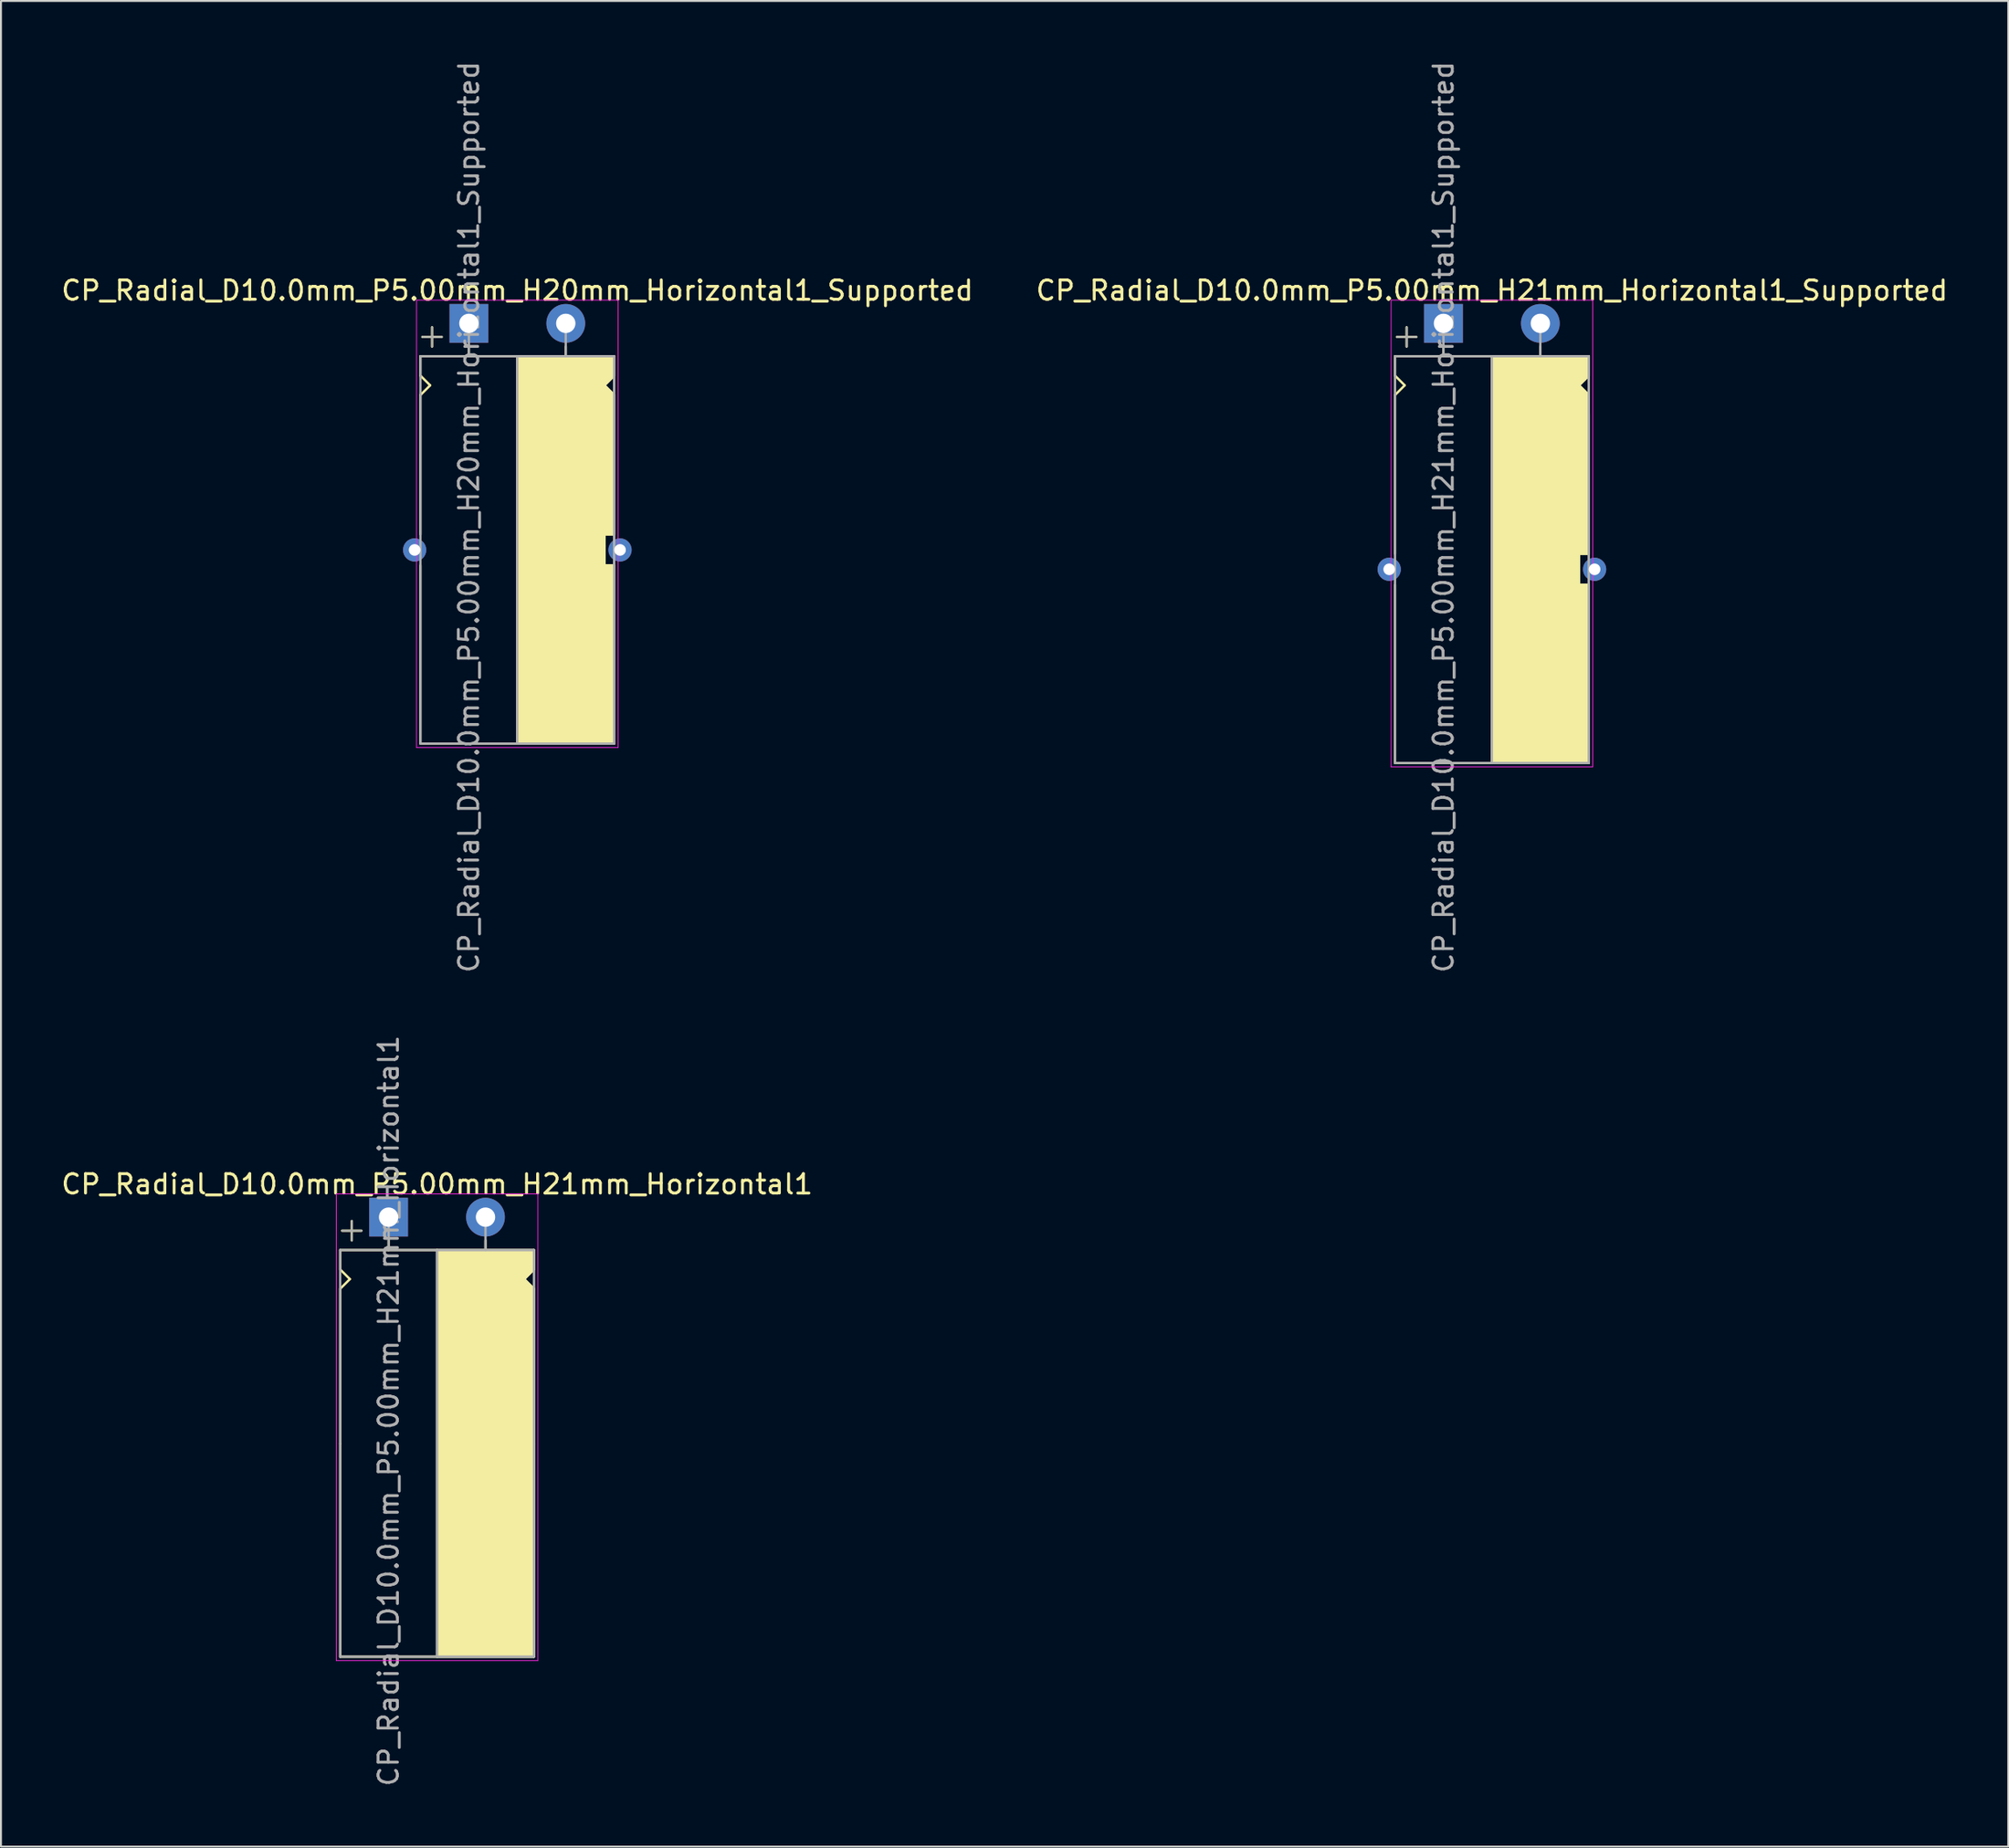
<source format=kicad_pcb>
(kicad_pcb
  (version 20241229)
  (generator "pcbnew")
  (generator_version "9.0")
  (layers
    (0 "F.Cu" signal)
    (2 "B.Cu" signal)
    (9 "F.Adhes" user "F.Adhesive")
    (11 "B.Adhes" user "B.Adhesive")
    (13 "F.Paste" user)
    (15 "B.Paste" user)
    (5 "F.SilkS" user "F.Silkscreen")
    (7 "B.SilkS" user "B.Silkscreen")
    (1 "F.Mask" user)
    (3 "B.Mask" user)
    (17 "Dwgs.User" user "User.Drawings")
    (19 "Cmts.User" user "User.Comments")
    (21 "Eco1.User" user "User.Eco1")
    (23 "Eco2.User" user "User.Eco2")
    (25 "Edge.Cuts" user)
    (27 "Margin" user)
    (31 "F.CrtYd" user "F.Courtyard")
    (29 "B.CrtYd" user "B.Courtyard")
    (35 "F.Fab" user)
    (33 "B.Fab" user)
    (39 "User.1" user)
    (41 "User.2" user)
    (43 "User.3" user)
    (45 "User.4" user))
  (footprint "CP_Radial_D10.0mm_P5.00mm_H20mm_Horizontal1_Supported"
    (layer "F.Cu")
    (at 21.149 13.649)
    (property "Reference" "CP_Radial_D10.0mm_P5.00mm_H20mm_Horizontal1_Supported" (at 2.5 -1.7 0) (layer "F.SilkS") (effects (font (size 1 1) (thickness 0.15))))
    (attr through_hole)
    (fp_line (start -2.5 1.7) (end -2.5 2.7) (stroke (width 0.12) (type solid)) (layer "F.SilkS"))
    (fp_line (start -2.5 2.7) (end -2 3.2) (stroke (width 0.12) (type solid)) (layer "F.SilkS"))
    (fp_line (start -2.5 3.7) (end -2.5 10.9) (stroke (width 0.12) (type solid)) (layer "F.SilkS"))
    (fp_line (start -2.5 12.5) (end -2.5 21.7) (stroke (width 0.12) (type solid)) (layer "F.SilkS"))
    (fp_line (start -2.5 21.7) (end 7.5 21.7) (stroke (width 0.12) (type solid)) (layer "F.SilkS"))
    (fp_line (start -2 3.2) (end -2.5 3.7) (stroke (width 0.12) (type solid)) (layer "F.SilkS"))
    (fp_line (start -1.9 0.2) (end -1.9 1.2) (stroke (width 0.12) (type solid)) (layer "F.SilkS"))
    (fp_line (start -1.4 0.7) (end -2.4 0.7) (stroke (width 0.12) (type solid)) (layer "F.SilkS"))
    (fp_line (start 0 1.7) (end 0 1.2) (stroke (width 0.12) (type solid)) (layer "F.SilkS"))
    (fp_line (start 2.5 1.7) (end -2.5 1.7) (stroke (width 0.12) (type solid)) (layer "F.SilkS"))
    (fp_line (start 2.5 21.7) (end 2.5 1.7) (stroke (width 0.12) (type solid)) (layer "F.SilkS"))
    (fp_line (start 5 1.7) (end 5 1.2) (stroke (width 0.12) (type solid)) (layer "F.SilkS"))
    (fp_line (start 7 3.2) (end 7.5 3.7) (stroke (width 0.12) (type solid)) (layer "F.SilkS"))
    (fp_line (start 7 10.9) (end 7.5 10.9) (stroke (width 0.12) (type solid)) (layer "F.SilkS"))
    (fp_line (start 7 11.5) (end 7 10.9) (stroke (width 0.12) (type solid)) (layer "F.SilkS"))
    (fp_line (start 7 12.5) (end 7 11.5) (stroke (width 0.12) (type solid)) (layer "F.SilkS"))
    (fp_line (start 7.5 1.7) (end 2.5 1.7) (stroke (width 0.12) (type solid)) (layer "F.SilkS"))
    (fp_line (start 7.5 1.7) (end 7.5 2.7) (stroke (width 0.12) (type solid)) (layer "F.SilkS"))
    (fp_line (start 7.5 2.7) (end 7 3.2) (stroke (width 0.12) (type solid)) (layer "F.SilkS"))
    (fp_line (start 7.5 3.7) (end 7.5 10.9) (stroke (width 0.12) (type solid)) (layer "F.SilkS"))
    (fp_line (start 7.5 12.5) (end 7 12.5) (stroke (width 0.12) (type solid)) (layer "F.SilkS"))
    (fp_line (start 7.5 12.5) (end 7.5 21.7) (stroke (width 0.12) (type solid)) (layer "F.SilkS"))
    (fp_poly (pts (xy 7.5 2.7) (xy 7 3.2) (xy 7.5 3.7) (xy 7.5 10.9) (xy 7 10.9) (xy 7 12.5) (xy 7.5 12.5) (xy 7.5 21.7) (xy 2.5 21.7) (xy 2.5 1.7) (xy 7.5 1.7)) (stroke (width 0.1) (type solid)) (fill yes) (layer "F.SilkS"))
    (fp_line (start -2.7 -1.2) (end 5.3 -1.2) (stroke (width 0.04) (type solid)) (layer "F.CrtYd"))
    (fp_line (start -2.7 21.9) (end -2.7 -1.2) (stroke (width 0.04) (type solid)) (layer "F.CrtYd"))
    (fp_line (start 5.3 -1.2) (end 7.7 -1.2) (stroke (width 0.04) (type solid)) (layer "F.CrtYd"))
    (fp_line (start 7.7 -1.2) (end 7.7 21.9) (stroke (width 0.04) (type solid)) (layer "F.CrtYd"))
    (fp_line (start 7.7 21.9) (end -2.7 21.9) (stroke (width 0.04) (type solid)) (layer "F.CrtYd"))
    (fp_line (start -2.5 1.7) (end -2.5 21.7) (stroke (width 0.12) (type solid)) (layer "F.Fab"))
    (fp_line (start -2.5 21.7) (end 7.5 21.7) (stroke (width 0.12) (type solid)) (layer "F.Fab"))
    (fp_line (start -2.4 0.7) (end -1.4 0.7) (stroke (width 0.1) (type solid)) (layer "F.Fab"))
    (fp_line (start -1.9 1.2) (end -1.9 0.2) (stroke (width 0.1) (type solid)) (layer "F.Fab"))
    (fp_line (start 0 1.7) (end 0 0) (stroke (width 0.12) (type solid)) (layer "F.Fab"))
    (fp_line (start 2.5 1.7) (end 2.5 21.7) (stroke (width 0.12) (type solid)) (layer "F.Fab"))
    (fp_line (start 5 1.7) (end 5 0) (stroke (width 0.12) (type solid)) (layer "F.Fab"))
    (fp_line (start 7.5 1.7) (end -2.5 1.7) (stroke (width 0.12) (type solid)) (layer "F.Fab"))
    (fp_line (start 7.5 21.7) (end 7.5 1.7) (stroke (width 0.12) (type solid)) (layer "F.Fab"))
    (fp_poly (pts (xy 7.5 21.7) (xy 2.5 21.7) (xy 2.5 1.7) (xy 7.5 1.7)) (stroke (width 0.1) (type solid)) (fill no) (layer "F.Fab"))
    (fp_text user "${REFERENCE}" (at 0 10 90) (layer "F.Fab") (effects (font (size 1 1) (thickness 0.15))))
    (pad "" thru_hole circle (at -2.8 11.7) (size 1.2 1.2) (drill 0.6) (layers "*.Cu" "*.Mask"))
    (pad "" thru_hole circle (at 7.8 11.7) (size 1.2 1.2) (drill 0.6) (layers "*.Cu" "*.Mask"))
    (pad "1" thru_hole rect (at 0 0) (size 2 2) (drill 1) (layers "*.Cu" "*.Mask"))
    (pad "2" thru_hole circle (at 5 0) (size 2 2) (drill 1) (layers "*.Cu" "*.Mask")))
  (footprint "CP_Radial_D10.0mm_P5.00mm_H21mm_Horizontal1"
    (layer "F.Cu")
    (at 17.006 59.804)
    (property "Reference" "CP_Radial_D10.0mm_P5.00mm_H21mm_Horizontal1" (at 2.5 -1.7 0) (layer "F.SilkS") (effects (font (size 1 1) (thickness 0.15))))
    (attr through_hole)
    (fp_line (start -2.5 1.7) (end -2.5 2.7) (stroke (width 0.12) (type solid)) (layer "F.SilkS"))
    (fp_line (start -2.5 2.7) (end -2 3.2) (stroke (width 0.12) (type solid)) (layer "F.SilkS"))
    (fp_line (start -2.5 3.7) (end -2.5 11.7) (stroke (width 0.12) (type solid)) (layer "F.SilkS"))
    (fp_line (start -2.5 11.7) (end -2.5 22.7) (stroke (width 0.12) (type solid)) (layer "F.SilkS"))
    (fp_line (start -2.5 22.7) (end 7.5 22.7) (stroke (width 0.12) (type solid)) (layer "F.SilkS"))
    (fp_line (start -2 3.2) (end -2.5 3.7) (stroke (width 0.12) (type solid)) (layer "F.SilkS"))
    (fp_line (start -1.9 0.2) (end -1.9 1.2) (stroke (width 0.12) (type solid)) (layer "F.SilkS"))
    (fp_line (start -1.4 0.7) (end -2.4 0.7) (stroke (width 0.12) (type solid)) (layer "F.SilkS"))
    (fp_line (start 0 1.7) (end 0 1.2) (stroke (width 0.12) (type solid)) (layer "F.SilkS"))
    (fp_line (start 2.5 1.7) (end -2.5 1.7) (stroke (width 0.12) (type solid)) (layer "F.SilkS"))
    (fp_line (start 2.5 22.7) (end 2.5 1.7) (stroke (width 0.12) (type solid)) (layer "F.SilkS"))
    (fp_line (start 5 1.7) (end 5 1.2) (stroke (width 0.12) (type solid)) (layer "F.SilkS"))
    (fp_line (start 7 3.2) (end 7.5 3.7) (stroke (width 0.12) (type solid)) (layer "F.SilkS"))
    (fp_line (start 7.5 1.7) (end 2.5 1.7) (stroke (width 0.12) (type solid)) (layer "F.SilkS"))
    (fp_line (start 7.5 1.7) (end 7.5 2.7) (stroke (width 0.12) (type solid)) (layer "F.SilkS"))
    (fp_line (start 7.5 2.7) (end 7 3.2) (stroke (width 0.12) (type solid)) (layer "F.SilkS"))
    (fp_line (start 7.5 3.7) (end 7.5 11.7) (stroke (width 0.12) (type solid)) (layer "F.SilkS"))
    (fp_line (start 7.5 11.7) (end 7.5 22.7) (stroke (width 0.12) (type solid)) (layer "F.SilkS"))
    (fp_poly (pts (xy 7.5 2.7) (xy 7 3.2) (xy 7.5 3.7) (xy 7.5 22.7) (xy 2.5 22.7) (xy 2.5 1.7) (xy 7.5 1.7)) (stroke (width 0.1) (type solid)) (fill yes) (layer "F.SilkS"))
    (fp_line (start -2.7 -1.2) (end 5.3 -1.2) (stroke (width 0.04) (type solid)) (layer "F.CrtYd"))
    (fp_line (start -2.7 22.9) (end -2.7 -1.2) (stroke (width 0.04) (type solid)) (layer "F.CrtYd"))
    (fp_line (start 5.3 -1.2) (end 7.7 -1.2) (stroke (width 0.04) (type solid)) (layer "F.CrtYd"))
    (fp_line (start 7.7 -1.2) (end 7.7 22.9) (stroke (width 0.04) (type solid)) (layer "F.CrtYd"))
    (fp_line (start 7.7 22.9) (end -2.7 22.9) (stroke (width 0.04) (type solid)) (layer "F.CrtYd"))
    (fp_line (start -2.5 1.7) (end -2.5 22.7) (stroke (width 0.12) (type solid)) (layer "F.Fab"))
    (fp_line (start -2.5 22.7) (end 7.5 22.7) (stroke (width 0.12) (type solid)) (layer "F.Fab"))
    (fp_line (start -2.4 0.7) (end -1.4 0.7) (stroke (width 0.1) (type solid)) (layer "F.Fab"))
    (fp_line (start -1.9 1.2) (end -1.9 0.2) (stroke (width 0.1) (type solid)) (layer "F.Fab"))
    (fp_line (start 0 1.7) (end 0 0) (stroke (width 0.12) (type solid)) (layer "F.Fab"))
    (fp_line (start 2.5 1.7) (end 2.5 22.7) (stroke (width 0.12) (type solid)) (layer "F.Fab"))
    (fp_line (start 5 1.7) (end 5 0) (stroke (width 0.12) (type solid)) (layer "F.Fab"))
    (fp_line (start 7.5 1.7) (end -2.5 1.7) (stroke (width 0.12) (type solid)) (layer "F.Fab"))
    (fp_line (start 7.5 22.7) (end 7.5 1.7) (stroke (width 0.12) (type solid)) (layer "F.Fab"))
    (fp_poly (pts (xy 7.5 22.7) (xy 2.5 22.7) (xy 2.5 1.7) (xy 7.5 1.7)) (stroke (width 0.1) (type solid)) (fill no) (layer "F.Fab"))
    (fp_text user "${REFERENCE}" (at 0 10 90) (layer "F.Fab") (effects (font (size 1 1) (thickness 0.15))))
    (pad "1" thru_hole rect (at 0 0) (size 2 2) (drill 1) (layers "*.Cu" "*.Mask"))
    (pad "2" thru_hole circle (at 5 0) (size 2 2) (drill 1) (layers "*.Cu" "*.Mask")))
  (footprint "CP_Radial_D10.0mm_P5.00mm_H21mm_Horizontal1_Supported"
    (layer "F.Cu")
    (at 71.446 13.649)
    (property "Reference" "CP_Radial_D10.0mm_P5.00mm_H21mm_Horizontal1_Supported" (at 2.5 -1.7 0) (layer "F.SilkS") (effects (font (size 1 1) (thickness 0.15))))
    (attr through_hole)
    (fp_line (start -2.5 1.7) (end -2.5 2.7) (stroke (width 0.12) (type solid)) (layer "F.SilkS"))
    (fp_line (start -2.5 2.7) (end -2 3.2) (stroke (width 0.12) (type solid)) (layer "F.SilkS"))
    (fp_line (start -2.5 3.7) (end -2.5 11.9) (stroke (width 0.12) (type solid)) (layer "F.SilkS"))
    (fp_line (start -2.5 13.5) (end -2.5 22.7) (stroke (width 0.12) (type solid)) (layer "F.SilkS"))
    (fp_line (start -2.5 22.7) (end 7.5 22.7) (stroke (width 0.12) (type solid)) (layer "F.SilkS"))
    (fp_line (start -2 3.2) (end -2.5 3.7) (stroke (width 0.12) (type solid)) (layer "F.SilkS"))
    (fp_line (start -1.9 0.2) (end -1.9 1.2) (stroke (width 0.12) (type solid)) (layer "F.SilkS"))
    (fp_line (start -1.4 0.7) (end -2.4 0.7) (stroke (width 0.12) (type solid)) (layer "F.SilkS"))
    (fp_line (start 0 1.7) (end 0 1.2) (stroke (width 0.12) (type solid)) (layer "F.SilkS"))
    (fp_line (start 2.5 1.7) (end -2.5 1.7) (stroke (width 0.12) (type solid)) (layer "F.SilkS"))
    (fp_line (start 2.5 22.7) (end 2.5 1.7) (stroke (width 0.12) (type solid)) (layer "F.SilkS"))
    (fp_line (start 5 1.7) (end 5 1.2) (stroke (width 0.12) (type solid)) (layer "F.SilkS"))
    (fp_line (start 7 3.2) (end 7.5 3.7) (stroke (width 0.12) (type solid)) (layer "F.SilkS"))
    (fp_line (start 7 11.9) (end 7.5 11.9) (stroke (width 0.12) (type solid)) (layer "F.SilkS"))
    (fp_line (start 7 12.5) (end 7 11.9) (stroke (width 0.12) (type solid)) (layer "F.SilkS"))
    (fp_line (start 7 13.5) (end 7 12.5) (stroke (width 0.12) (type solid)) (layer "F.SilkS"))
    (fp_line (start 7.5 1.7) (end 2.5 1.7) (stroke (width 0.12) (type solid)) (layer "F.SilkS"))
    (fp_line (start 7.5 1.7) (end 7.5 2.7) (stroke (width 0.12) (type solid)) (layer "F.SilkS"))
    (fp_line (start 7.5 2.7) (end 7 3.2) (stroke (width 0.12) (type solid)) (layer "F.SilkS"))
    (fp_line (start 7.5 4.7) (end 7.5 11.9) (stroke (width 0.12) (type solid)) (layer "F.SilkS"))
    (fp_line (start 7.5 13.5) (end 7 13.5) (stroke (width 0.12) (type solid)) (layer "F.SilkS"))
    (fp_line (start 7.5 13.5) (end 7.5 22.7) (stroke (width 0.12) (type solid)) (layer "F.SilkS"))
    (fp_poly (pts (xy 7.5 2.7) (xy 7 3.2) (xy 7.5 3.7) (xy 7.5 11.9) (xy 7 11.9) (xy 7 13.5) (xy 7.5 13.5) (xy 7.5 22.7) (xy 2.5 22.7) (xy 2.5 1.7) (xy 7.5 1.7)) (stroke (width 0.1) (type solid)) (fill yes) (layer "F.SilkS"))
    (fp_line (start -2.7 -1.2) (end 5.3 -1.2) (stroke (width 0.04) (type solid)) (layer "F.CrtYd"))
    (fp_line (start -2.7 22.9) (end -2.7 -1.2) (stroke (width 0.04) (type solid)) (layer "F.CrtYd"))
    (fp_line (start 5.3 -1.2) (end 7.7 -1.2) (stroke (width 0.04) (type solid)) (layer "F.CrtYd"))
    (fp_line (start 7.7 -1.2) (end 7.7 22.9) (stroke (width 0.04) (type solid)) (layer "F.CrtYd"))
    (fp_line (start 7.7 22.9) (end -2.7 22.9) (stroke (width 0.04) (type solid)) (layer "F.CrtYd"))
    (fp_line (start -2.5 1.7) (end -2.5 22.7) (stroke (width 0.12) (type solid)) (layer "F.Fab"))
    (fp_line (start -2.5 22.7) (end 7.5 22.7) (stroke (width 0.12) (type solid)) (layer "F.Fab"))
    (fp_line (start -2.4 0.7) (end -1.4 0.7) (stroke (width 0.1) (type solid)) (layer "F.Fab"))
    (fp_line (start -1.9 1.2) (end -1.9 0.2) (stroke (width 0.1) (type solid)) (layer "F.Fab"))
    (fp_line (start 0 1.7) (end 0 0) (stroke (width 0.12) (type solid)) (layer "F.Fab"))
    (fp_line (start 2.5 1.7) (end 2.5 22.7) (stroke (width 0.12) (type solid)) (layer "F.Fab"))
    (fp_line (start 5 1.7) (end 5 0) (stroke (width 0.12) (type solid)) (layer "F.Fab"))
    (fp_line (start 7.5 1.7) (end -2.5 1.7) (stroke (width 0.12) (type solid)) (layer "F.Fab"))
    (fp_line (start 7.5 22.7) (end 7.5 1.7) (stroke (width 0.12) (type solid)) (layer "F.Fab"))
    (fp_poly (pts (xy 7.5 22.7) (xy 2.5 22.7) (xy 2.5 1.7) (xy 7.5 1.7)) (stroke (width 0.1) (type solid)) (fill no) (layer "F.Fab"))
    (fp_text user "${REFERENCE}" (at 0 10 90) (layer "F.Fab") (effects (font (size 1 1) (thickness 0.15))))
    (pad "" thru_hole circle (at -2.8 12.7) (size 1.2 1.2) (drill 0.6) (layers "*.Cu" "*.Mask"))
    (pad "" thru_hole circle (at 7.8 12.7) (size 1.2 1.2) (drill 0.6) (layers "*.Cu" "*.Mask"))
    (pad "1" thru_hole rect (at 0 0) (size 2 2) (drill 1) (layers "*.Cu" "*.Mask"))
    (pad "2" thru_hole circle (at 5 0) (size 2 2) (drill 1) (layers "*.Cu" "*.Mask")))
  (gr_rect
    (start -3 -3)
    (end 100.595 92.31)
    (stroke (width 0.1) (type default))
    (fill no)
    (layer "Edge.Cuts")))
</source>
